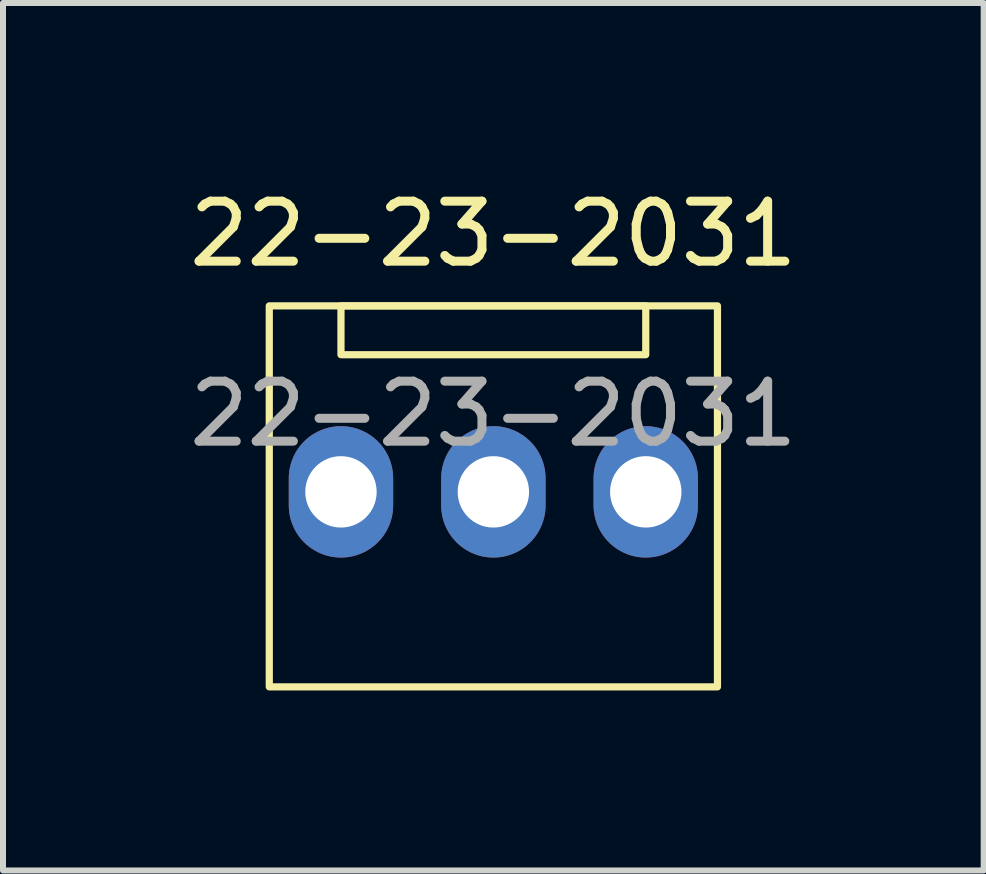
<source format=kicad_pcb>
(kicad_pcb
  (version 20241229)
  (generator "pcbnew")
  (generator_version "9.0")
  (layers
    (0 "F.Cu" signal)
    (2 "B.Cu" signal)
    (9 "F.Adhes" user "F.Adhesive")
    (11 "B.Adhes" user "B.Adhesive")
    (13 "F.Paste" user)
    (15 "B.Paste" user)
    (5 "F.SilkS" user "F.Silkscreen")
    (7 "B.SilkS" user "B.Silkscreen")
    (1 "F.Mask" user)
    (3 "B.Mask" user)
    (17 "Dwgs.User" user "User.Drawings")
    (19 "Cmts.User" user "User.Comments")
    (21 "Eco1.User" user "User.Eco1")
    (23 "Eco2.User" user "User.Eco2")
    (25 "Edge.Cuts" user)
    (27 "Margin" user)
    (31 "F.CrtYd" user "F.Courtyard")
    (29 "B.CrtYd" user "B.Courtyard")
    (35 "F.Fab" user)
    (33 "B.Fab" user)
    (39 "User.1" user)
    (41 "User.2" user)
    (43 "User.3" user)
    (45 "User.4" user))
  (footprint "22-23-2031"
    (layer "F.Cu")
    (at 5.173 5.148)
    (property "Reference" "22-23-2031" (at 0 -4.3 0) (unlocked yes) (layer "F.SilkS") (effects (font (size 1 1) (thickness 0.15))))
    (attr through_hole)
    (fp_rect (start -3.735 -3.1) (end 3.735 3.25) (stroke (width 0.12) (type solid)) (fill no) (layer "F.SilkS"))
    (fp_rect (start -2.54 -3.1) (end 2.54 -2.286) (stroke (width 0.12) (type solid)) (fill no) (layer "F.SilkS"))
    (fp_text user "${REFERENCE}" (at 0 -1.3 0) (unlocked yes) (layer "F.Fab") (effects (font (size 1 1) (thickness 0.15))))
    (pad "1" thru_hole oval (at -2.54 0) (size 1.74 2.19) (drill 1.19) (layers "*.Cu" "*.Mask"))
    (pad "2" thru_hole oval (at 0 0) (size 1.74 2.19) (drill 1.19) (layers "*.Cu" "*.Mask"))
    (pad "3" thru_hole oval (at 2.54 0) (size 1.74 2.19) (drill 1.19) (layers "*.Cu" "*.Mask")))
  (gr_rect
    (start -3 -3)
    (end 13.345 11.458)
    (stroke (width 0.1) (type default))
    (fill no)
    (layer "Edge.Cuts")))
</source>
